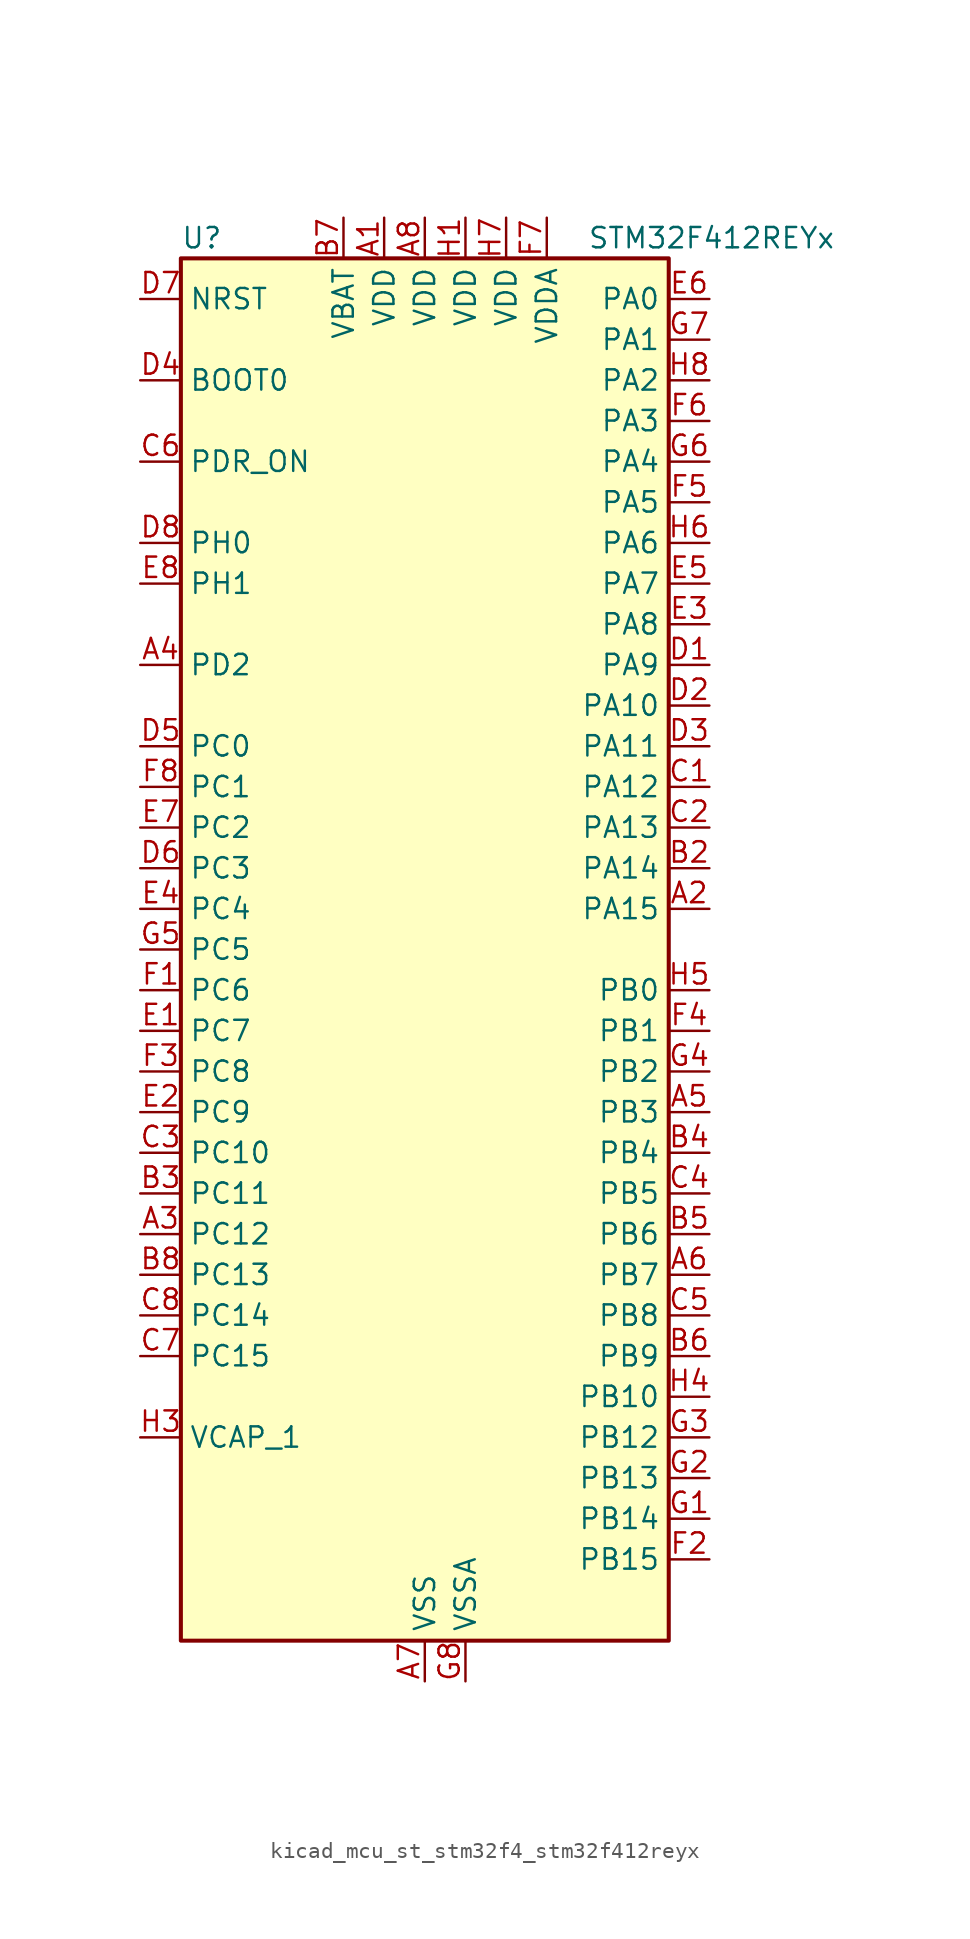
<source format=kicad_sym>
(kicad_symbol_lib
  (version 20220914)
  (generator kicad_symbol_editor)
  (symbol "kicad_mcu_st_stm32f4_stm32f412reyx"
    (property "Reference" "U"
      (at -15.24 44.45 0)
      (effects (font (size 1.27 1.27)) (justify left)))
    (property "Value" "STM32F412REYx"
      (at 10.16 44.45 0)
      (effects (font (size 1.27 1.27)) (justify left)))
    (property "ki_locked" ""
      (at 0 0 0)
      (effects (font (size 1.27 1.27))))
    (symbol "kicad_mcu_st_stm32f4_stm32f412reyx_0_1"
      (rectangle (start -15.24 -43.18) (end 15.24 43.18) (stroke (width 0.254) (type default)) (fill (type background))))
    (symbol "kicad_mcu_st_stm32f4_stm32f412reyx_1_1"
      (pin power_in line (at -2.54 45.72 270) (length 2.54) (name "VDD" (effects (font (size 1.27 1.27)))) (number "A1" (effects (font (size 1.27 1.27)))))
      (pin bidirectional line (at 17.78 2.54 180) (length 2.54) (name "PA15" (effects (font (size 1.27 1.27)))) (number "A2" (effects (font (size 1.27 1.27)))) (alternate "ADC1_EXTI15" bidirectional line) (alternate "I2S1_WS" bidirectional line) (alternate "I2S3_WS" bidirectional line) (alternate "SPI1_NSS" bidirectional line) (alternate "SPI3_NSS" bidirectional line) (alternate "SYS_JTDI" bidirectional line) (alternate "TIM2_CH1" bidirectional line) (alternate "TIM2_ETR" bidirectional line) (alternate "USART1_TX" bidirectional line))
      (pin bidirectional line (at -17.78 -17.78 0) (length 2.54) (name "PC12" (effects (font (size 1.27 1.27)))) (number "A3" (effects (font (size 1.27 1.27)))) (alternate "FSMC_D3" bidirectional line) (alternate "FSMC_DA3" bidirectional line) (alternate "I2S3_SD" bidirectional line) (alternate "SDIO_CK" bidirectional line) (alternate "SPI3_MOSI" bidirectional line) (alternate "USART3_CK" bidirectional line))
      (pin bidirectional line (at -17.78 17.78 0) (length 2.54) (name "PD2" (effects (font (size 1.27 1.27)))) (number "A4" (effects (font (size 1.27 1.27)))) (alternate "FSMC_NWE" bidirectional line) (alternate "SDIO_CMD" bidirectional line) (alternate "TIM3_ETR" bidirectional line))
      (pin bidirectional line (at 17.78 -10.16 180) (length 2.54) (name "PB3" (effects (font (size 1.27 1.27)))) (number "A5" (effects (font (size 1.27 1.27)))) (alternate "FMPI2C1_SDA" bidirectional line) (alternate "I2C2_SDA" bidirectional line) (alternate "I2S1_CK" bidirectional line) (alternate "I2S3_CK" bidirectional line) (alternate "SPI1_SCK" bidirectional line) (alternate "SPI3_SCK" bidirectional line) (alternate "SYS_JTDO-SWO" bidirectional line) (alternate "TIM2_CH2" bidirectional line) (alternate "USART1_RX" bidirectional line))
      (pin bidirectional line (at 17.78 -20.32 180) (length 2.54) (name "PB7" (effects (font (size 1.27 1.27)))) (number "A6" (effects (font (size 1.27 1.27)))) (alternate "FSMC_NL" bidirectional line) (alternate "I2C1_SDA" bidirectional line) (alternate "TIM4_CH2" bidirectional line) (alternate "USART1_RX" bidirectional line))
      (pin power_in line (at 0 -45.72 90) (length 2.54) (name "VSS" (effects (font (size 1.27 1.27)))) (number "A7" (effects (font (size 1.27 1.27)))))
      (pin power_in line (at 0 45.72 270) (length 2.54) (name "VDD" (effects (font (size 1.27 1.27)))) (number "A8" (effects (font (size 1.27 1.27)))))
      (pin passive line (at 0 -45.72 90) (length 2.54) hide (name "VSS" (effects (font (size 1.27 1.27)))) (number "B1" (effects (font (size 1.27 1.27)))))
      (pin bidirectional line (at 17.78 5.08 180) (length 2.54) (name "PA14" (effects (font (size 1.27 1.27)))) (number "B2" (effects (font (size 1.27 1.27)))) (alternate "SYS_JTCK-SWCLK" bidirectional line))
      (pin bidirectional line (at -17.78 -15.24 0) (length 2.54) (name "PC11" (effects (font (size 1.27 1.27)))) (number "B3" (effects (font (size 1.27 1.27)))) (alternate "ADC1_EXTI11" bidirectional line) (alternate "FSMC_D2" bidirectional line) (alternate "FSMC_DA2" bidirectional line) (alternate "I2S3_ext_SD" bidirectional line) (alternate "QUADSPI_BK2_NCS" bidirectional line) (alternate "SDIO_D3" bidirectional line) (alternate "SPI3_MISO" bidirectional line) (alternate "USART3_RX" bidirectional line))
      (pin bidirectional line (at 17.78 -12.7 180) (length 2.54) (name "PB4" (effects (font (size 1.27 1.27)))) (number "B4" (effects (font (size 1.27 1.27)))) (alternate "I2C3_SDA" bidirectional line) (alternate "I2S3_ext_SD" bidirectional line) (alternate "SDIO_D0" bidirectional line) (alternate "SPI1_MISO" bidirectional line) (alternate "SPI3_MISO" bidirectional line) (alternate "SYS_JTRST" bidirectional line) (alternate "TIM3_CH1" bidirectional line))
      (pin bidirectional line (at 17.78 -17.78 180) (length 2.54) (name "PB6" (effects (font (size 1.27 1.27)))) (number "B5" (effects (font (size 1.27 1.27)))) (alternate "CAN2_TX" bidirectional line) (alternate "I2C1_SCL" bidirectional line) (alternate "QUADSPI_BK1_NCS" bidirectional line) (alternate "SDIO_D0" bidirectional line) (alternate "TIM4_CH1" bidirectional line) (alternate "USART1_TX" bidirectional line))
      (pin bidirectional line (at 17.78 -25.4 180) (length 2.54) (name "PB9" (effects (font (size 1.27 1.27)))) (number "B6" (effects (font (size 1.27 1.27)))) (alternate "CAN1_TX" bidirectional line) (alternate "I2C1_SDA" bidirectional line) (alternate "I2C2_SDA" bidirectional line) (alternate "I2S2_WS" bidirectional line) (alternate "SDIO_D5" bidirectional line) (alternate "SPI2_NSS" bidirectional line) (alternate "TIM11_CH1" bidirectional line) (alternate "TIM4_CH4" bidirectional line))
      (pin power_in line (at -5.08 45.72 270) (length 2.54) (name "VBAT" (effects (font (size 1.27 1.27)))) (number "B7" (effects (font (size 1.27 1.27)))))
      (pin bidirectional line (at -17.78 -20.32 0) (length 2.54) (name "PC13" (effects (font (size 1.27 1.27)))) (number "B8" (effects (font (size 1.27 1.27)))) (alternate "RTC_AF1" bidirectional line))
      (pin bidirectional line (at 17.78 10.16 180) (length 2.54) (name "PA12" (effects (font (size 1.27 1.27)))) (number "C1" (effects (font (size 1.27 1.27)))) (alternate "CAN1_TX" bidirectional line) (alternate "SPI5_MISO" bidirectional line) (alternate "TIM1_ETR" bidirectional line) (alternate "USART1_RTS" bidirectional line) (alternate "USART6_RX" bidirectional line) (alternate "USB_OTG_FS_DP" bidirectional line))
      (pin bidirectional line (at 17.78 7.62 180) (length 2.54) (name "PA13" (effects (font (size 1.27 1.27)))) (number "C2" (effects (font (size 1.27 1.27)))) (alternate "SYS_JTMS-SWDIO" bidirectional line))
      (pin bidirectional line (at -17.78 -12.7 0) (length 2.54) (name "PC10" (effects (font (size 1.27 1.27)))) (number "C3" (effects (font (size 1.27 1.27)))) (alternate "I2S3_CK" bidirectional line) (alternate "QUADSPI_BK1_IO1" bidirectional line) (alternate "SDIO_D2" bidirectional line) (alternate "SPI3_SCK" bidirectional line) (alternate "USART3_TX" bidirectional line))
      (pin bidirectional line (at 17.78 -15.24 180) (length 2.54) (name "PB5" (effects (font (size 1.27 1.27)))) (number "C4" (effects (font (size 1.27 1.27)))) (alternate "CAN2_RX" bidirectional line) (alternate "I2C1_SMBA" bidirectional line) (alternate "I2S1_SD" bidirectional line) (alternate "I2S3_SD" bidirectional line) (alternate "SDIO_D3" bidirectional line) (alternate "SPI1_MOSI" bidirectional line) (alternate "SPI3_MOSI" bidirectional line) (alternate "TIM3_CH2" bidirectional line))
      (pin bidirectional line (at 17.78 -22.86 180) (length 2.54) (name "PB8" (effects (font (size 1.27 1.27)))) (number "C5" (effects (font (size 1.27 1.27)))) (alternate "CAN1_RX" bidirectional line) (alternate "I2C1_SCL" bidirectional line) (alternate "I2C3_SDA" bidirectional line) (alternate "I2S5_SD" bidirectional line) (alternate "SDIO_D4" bidirectional line) (alternate "SPI5_MOSI" bidirectional line) (alternate "TIM10_CH1" bidirectional line) (alternate "TIM4_CH3" bidirectional line))
      (pin input line (at -17.78 30.48 0) (length 2.54) (name "PDR_ON" (effects (font (size 1.27 1.27)))) (number "C6" (effects (font (size 1.27 1.27)))))
      (pin bidirectional line (at -17.78 -25.4 0) (length 2.54) (name "PC15" (effects (font (size 1.27 1.27)))) (number "C7" (effects (font (size 1.27 1.27)))) (alternate "ADC1_EXTI15" bidirectional line) (alternate "RCC_OSC32_OUT" bidirectional line))
      (pin bidirectional line (at -17.78 -22.86 0) (length 2.54) (name "PC14" (effects (font (size 1.27 1.27)))) (number "C8" (effects (font (size 1.27 1.27)))) (alternate "RCC_OSC32_IN" bidirectional line))
      (pin bidirectional line (at 17.78 17.78 180) (length 2.54) (name "PA9" (effects (font (size 1.27 1.27)))) (number "D1" (effects (font (size 1.27 1.27)))) (alternate "I2C3_SMBA" bidirectional line) (alternate "SDIO_D2" bidirectional line) (alternate "TIM1_CH2" bidirectional line) (alternate "USART1_TX" bidirectional line) (alternate "USB_OTG_FS_VBUS" bidirectional line))
      (pin bidirectional line (at 17.78 15.24 180) (length 2.54) (name "PA10" (effects (font (size 1.27 1.27)))) (number "D2" (effects (font (size 1.27 1.27)))) (alternate "I2S5_SD" bidirectional line) (alternate "SPI5_MOSI" bidirectional line) (alternate "TIM1_CH3" bidirectional line) (alternate "USART1_RX" bidirectional line) (alternate "USB_OTG_FS_ID" bidirectional line))
      (pin bidirectional line (at 17.78 12.7 180) (length 2.54) (name "PA11" (effects (font (size 1.27 1.27)))) (number "D3" (effects (font (size 1.27 1.27)))) (alternate "ADC1_EXTI11" bidirectional line) (alternate "CAN1_RX" bidirectional line) (alternate "SPI4_MISO" bidirectional line) (alternate "TIM1_CH4" bidirectional line) (alternate "USART1_CTS" bidirectional line) (alternate "USART6_TX" bidirectional line) (alternate "USB_OTG_FS_DM" bidirectional line))
      (pin input line (at -17.78 35.56 0) (length 2.54) (name "BOOT0" (effects (font (size 1.27 1.27)))) (number "D4" (effects (font (size 1.27 1.27)))))
      (pin bidirectional line (at -17.78 12.7 0) (length 2.54) (name "PC0" (effects (font (size 1.27 1.27)))) (number "D5" (effects (font (size 1.27 1.27)))) (alternate "ADC1_IN10" bidirectional line) (alternate "SYS_WKUP2" bidirectional line))
      (pin bidirectional line (at -17.78 5.08 0) (length 2.54) (name "PC3" (effects (font (size 1.27 1.27)))) (number "D6" (effects (font (size 1.27 1.27)))) (alternate "ADC1_IN13" bidirectional line) (alternate "FSMC_A0" bidirectional line) (alternate "I2S2_SD" bidirectional line) (alternate "SPI2_MOSI" bidirectional line))
      (pin input line (at -17.78 40.64 0) (length 2.54) (name "NRST" (effects (font (size 1.27 1.27)))) (number "D7" (effects (font (size 1.27 1.27)))))
      (pin bidirectional line (at -17.78 25.4 0) (length 2.54) (name "PH0" (effects (font (size 1.27 1.27)))) (number "D8" (effects (font (size 1.27 1.27)))) (alternate "RCC_OSC_IN" bidirectional line))
      (pin bidirectional line (at -17.78 -5.08 0) (length 2.54) (name "PC7" (effects (font (size 1.27 1.27)))) (number "E1" (effects (font (size 1.27 1.27)))) (alternate "DFSDM1_DATIN3" bidirectional line) (alternate "FMPI2C1_SDA" bidirectional line) (alternate "I2S2_CK" bidirectional line) (alternate "I2S3_MCK" bidirectional line) (alternate "SDIO_D7" bidirectional line) (alternate "SPI2_SCK" bidirectional line) (alternate "TIM3_CH2" bidirectional line) (alternate "TIM8_CH2" bidirectional line) (alternate "USART6_RX" bidirectional line))
      (pin bidirectional line (at -17.78 -10.16 0) (length 2.54) (name "PC9" (effects (font (size 1.27 1.27)))) (number "E2" (effects (font (size 1.27 1.27)))) (alternate "I2C3_SDA" bidirectional line) (alternate "I2S_CKIN" bidirectional line) (alternate "QUADSPI_BK1_IO0" bidirectional line) (alternate "RCC_MCO_2" bidirectional line) (alternate "SDIO_D1" bidirectional line) (alternate "TIM3_CH4" bidirectional line) (alternate "TIM8_CH4" bidirectional line))
      (pin bidirectional line (at 17.78 20.32 180) (length 2.54) (name "PA8" (effects (font (size 1.27 1.27)))) (number "E3" (effects (font (size 1.27 1.27)))) (alternate "I2C3_SCL" bidirectional line) (alternate "RCC_MCO_1" bidirectional line) (alternate "SDIO_D1" bidirectional line) (alternate "TIM1_CH1" bidirectional line) (alternate "USART1_CK" bidirectional line) (alternate "USB_OTG_FS_SOF" bidirectional line))
      (pin bidirectional line (at -17.78 2.54 0) (length 2.54) (name "PC4" (effects (font (size 1.27 1.27)))) (number "E4" (effects (font (size 1.27 1.27)))) (alternate "ADC1_IN14" bidirectional line) (alternate "FSMC_NE4" bidirectional line) (alternate "I2S1_MCK" bidirectional line) (alternate "QUADSPI_BK2_IO2" bidirectional line))
      (pin bidirectional line (at 17.78 22.86 180) (length 2.54) (name "PA7" (effects (font (size 1.27 1.27)))) (number "E5" (effects (font (size 1.27 1.27)))) (alternate "ADC1_IN7" bidirectional line) (alternate "I2S1_SD" bidirectional line) (alternate "QUADSPI_BK2_IO1" bidirectional line) (alternate "SPI1_MOSI" bidirectional line) (alternate "TIM14_CH1" bidirectional line) (alternate "TIM1_CH1N" bidirectional line) (alternate "TIM3_CH2" bidirectional line) (alternate "TIM8_CH1N" bidirectional line))
      (pin bidirectional line (at 17.78 40.64 180) (length 2.54) (name "PA0" (effects (font (size 1.27 1.27)))) (number "E6" (effects (font (size 1.27 1.27)))) (alternate "ADC1_IN0" bidirectional line) (alternate "SYS_WKUP1" bidirectional line) (alternate "TIM2_CH1" bidirectional line) (alternate "TIM2_ETR" bidirectional line) (alternate "TIM5_CH1" bidirectional line) (alternate "TIM8_ETR" bidirectional line) (alternate "USART2_CTS" bidirectional line))
      (pin bidirectional line (at -17.78 7.62 0) (length 2.54) (name "PC2" (effects (font (size 1.27 1.27)))) (number "E7" (effects (font (size 1.27 1.27)))) (alternate "ADC1_IN12" bidirectional line) (alternate "DFSDM1_CKOUT" bidirectional line) (alternate "FSMC_NWE" bidirectional line) (alternate "I2S2_ext_SD" bidirectional line) (alternate "SPI2_MISO" bidirectional line))
      (pin bidirectional line (at -17.78 22.86 0) (length 2.54) (name "PH1" (effects (font (size 1.27 1.27)))) (number "E8" (effects (font (size 1.27 1.27)))) (alternate "RCC_OSC_OUT" bidirectional line))
      (pin bidirectional line (at -17.78 -2.54 0) (length 2.54) (name "PC6" (effects (font (size 1.27 1.27)))) (number "F1" (effects (font (size 1.27 1.27)))) (alternate "DFSDM1_CKIN3" bidirectional line) (alternate "FMPI2C1_SCL" bidirectional line) (alternate "FSMC_D1" bidirectional line) (alternate "FSMC_DA1" bidirectional line) (alternate "I2S2_MCK" bidirectional line) (alternate "SDIO_D6" bidirectional line) (alternate "TIM3_CH1" bidirectional line) (alternate "TIM8_CH1" bidirectional line) (alternate "USART6_TX" bidirectional line))
      (pin bidirectional line (at 17.78 -38.1 180) (length 2.54) (name "PB15" (effects (font (size 1.27 1.27)))) (number "F2" (effects (font (size 1.27 1.27)))) (alternate "ADC1_EXTI15" bidirectional line) (alternate "DFSDM1_CKIN2" bidirectional line) (alternate "FMPI2C1_SCL" bidirectional line) (alternate "I2S2_SD" bidirectional line) (alternate "RTC_REFIN" bidirectional line) (alternate "SDIO_CK" bidirectional line) (alternate "SPI2_MOSI" bidirectional line) (alternate "TIM12_CH2" bidirectional line) (alternate "TIM1_CH3N" bidirectional line) (alternate "TIM8_CH3N" bidirectional line))
      (pin bidirectional line (at -17.78 -7.62 0) (length 2.54) (name "PC8" (effects (font (size 1.27 1.27)))) (number "F3" (effects (font (size 1.27 1.27)))) (alternate "QUADSPI_BK1_IO2" bidirectional line) (alternate "SDIO_D0" bidirectional line) (alternate "TIM3_CH3" bidirectional line) (alternate "TIM8_CH3" bidirectional line) (alternate "USART6_CK" bidirectional line))
      (pin bidirectional line (at 17.78 -5.08 180) (length 2.54) (name "PB1" (effects (font (size 1.27 1.27)))) (number "F4" (effects (font (size 1.27 1.27)))) (alternate "ADC1_IN9" bidirectional line) (alternate "DFSDM1_DATIN0" bidirectional line) (alternate "I2S5_WS" bidirectional line) (alternate "QUADSPI_CLK" bidirectional line) (alternate "SPI5_NSS" bidirectional line) (alternate "TIM1_CH3N" bidirectional line) (alternate "TIM3_CH4" bidirectional line) (alternate "TIM8_CH3N" bidirectional line))
      (pin bidirectional line (at 17.78 27.94 180) (length 2.54) (name "PA5" (effects (font (size 1.27 1.27)))) (number "F5" (effects (font (size 1.27 1.27)))) (alternate "ADC1_IN5" bidirectional line) (alternate "DFSDM1_CKIN1" bidirectional line) (alternate "FSMC_D7" bidirectional line) (alternate "FSMC_DA7" bidirectional line) (alternate "I2S1_CK" bidirectional line) (alternate "SPI1_SCK" bidirectional line) (alternate "TIM2_CH1" bidirectional line) (alternate "TIM2_ETR" bidirectional line) (alternate "TIM8_CH1N" bidirectional line))
      (pin bidirectional line (at 17.78 33.02 180) (length 2.54) (name "PA3" (effects (font (size 1.27 1.27)))) (number "F6" (effects (font (size 1.27 1.27)))) (alternate "ADC1_IN3" bidirectional line) (alternate "FSMC_D5" bidirectional line) (alternate "FSMC_DA5" bidirectional line) (alternate "I2S2_MCK" bidirectional line) (alternate "TIM2_CH4" bidirectional line) (alternate "TIM5_CH4" bidirectional line) (alternate "TIM9_CH2" bidirectional line) (alternate "USART2_RX" bidirectional line))
      (pin power_in line (at 7.62 45.72 270) (length 2.54) (name "VDDA" (effects (font (size 1.27 1.27)))) (number "F7" (effects (font (size 1.27 1.27)))))
      (pin bidirectional line (at -17.78 10.16 0) (length 2.54) (name "PC1" (effects (font (size 1.27 1.27)))) (number "F8" (effects (font (size 1.27 1.27)))) (alternate "ADC1_IN11" bidirectional line) (alternate "SYS_WKUP3" bidirectional line))
      (pin bidirectional line (at 17.78 -35.56 180) (length 2.54) (name "PB14" (effects (font (size 1.27 1.27)))) (number "G1" (effects (font (size 1.27 1.27)))) (alternate "DFSDM1_DATIN2" bidirectional line) (alternate "FMPI2C1_SDA" bidirectional line) (alternate "FSMC_D0" bidirectional line) (alternate "FSMC_DA0" bidirectional line) (alternate "I2S2_ext_SD" bidirectional line) (alternate "SDIO_D6" bidirectional line) (alternate "SPI2_MISO" bidirectional line) (alternate "TIM12_CH1" bidirectional line) (alternate "TIM1_CH2N" bidirectional line) (alternate "TIM8_CH2N" bidirectional line) (alternate "USART3_RTS" bidirectional line))
      (pin bidirectional line (at 17.78 -33.02 180) (length 2.54) (name "PB13" (effects (font (size 1.27 1.27)))) (number "G2" (effects (font (size 1.27 1.27)))) (alternate "CAN2_TX" bidirectional line) (alternate "DFSDM1_CKIN1" bidirectional line) (alternate "FMPI2C1_SMBA" bidirectional line) (alternate "I2S2_CK" bidirectional line) (alternate "I2S4_CK" bidirectional line) (alternate "SPI2_SCK" bidirectional line) (alternate "SPI4_SCK" bidirectional line) (alternate "TIM1_CH1N" bidirectional line) (alternate "USART3_CTS" bidirectional line))
      (pin bidirectional line (at 17.78 -30.48 180) (length 2.54) (name "PB12" (effects (font (size 1.27 1.27)))) (number "G3" (effects (font (size 1.27 1.27)))) (alternate "CAN2_RX" bidirectional line) (alternate "DFSDM1_DATIN1" bidirectional line) (alternate "I2C2_SMBA" bidirectional line) (alternate "I2S2_WS" bidirectional line) (alternate "I2S3_CK" bidirectional line) (alternate "I2S4_WS" bidirectional line) (alternate "SPI2_NSS" bidirectional line) (alternate "SPI3_SCK" bidirectional line) (alternate "SPI4_NSS" bidirectional line) (alternate "TIM1_BKIN" bidirectional line) (alternate "USART3_CK" bidirectional line))
      (pin bidirectional line (at 17.78 -7.62 180) (length 2.54) (name "PB2" (effects (font (size 1.27 1.27)))) (number "G4" (effects (font (size 1.27 1.27)))) (alternate "DFSDM1_CKIN0" bidirectional line) (alternate "QUADSPI_CLK" bidirectional line))
      (pin bidirectional line (at -17.78 0 0) (length 2.54) (name "PC5" (effects (font (size 1.27 1.27)))) (number "G5" (effects (font (size 1.27 1.27)))) (alternate "ADC1_IN15" bidirectional line) (alternate "FMPI2C1_SMBA" bidirectional line) (alternate "FSMC_NOE" bidirectional line) (alternate "QUADSPI_BK2_IO3" bidirectional line) (alternate "USART3_RX" bidirectional line))
      (pin bidirectional line (at 17.78 30.48 180) (length 2.54) (name "PA4" (effects (font (size 1.27 1.27)))) (number "G6" (effects (font (size 1.27 1.27)))) (alternate "ADC1_IN4" bidirectional line) (alternate "DFSDM1_DATIN1" bidirectional line) (alternate "FSMC_D6" bidirectional line) (alternate "FSMC_DA6" bidirectional line) (alternate "I2S1_WS" bidirectional line) (alternate "I2S3_WS" bidirectional line) (alternate "SPI1_NSS" bidirectional line) (alternate "SPI3_NSS" bidirectional line) (alternate "USART2_CK" bidirectional line))
      (pin bidirectional line (at 17.78 38.1 180) (length 2.54) (name "PA1" (effects (font (size 1.27 1.27)))) (number "G7" (effects (font (size 1.27 1.27)))) (alternate "ADC1_IN1" bidirectional line) (alternate "I2S4_SD" bidirectional line) (alternate "QUADSPI_BK1_IO3" bidirectional line) (alternate "SPI4_MOSI" bidirectional line) (alternate "TIM2_CH2" bidirectional line) (alternate "TIM5_CH2" bidirectional line) (alternate "USART2_RTS" bidirectional line))
      (pin power_in line (at 2.54 -45.72 90) (length 2.54) (name "VSSA" (effects (font (size 1.27 1.27)))) (number "G8" (effects (font (size 1.27 1.27)))))
      (pin power_in line (at 2.54 45.72 270) (length 2.54) (name "VDD" (effects (font (size 1.27 1.27)))) (number "H1" (effects (font (size 1.27 1.27)))))
      (pin passive line (at 0 -45.72 90) (length 2.54) hide (name "VSS" (effects (font (size 1.27 1.27)))) (number "H2" (effects (font (size 1.27 1.27)))))
      (pin power_out line (at -17.78 -30.48 0) (length 2.54) (name "VCAP_1" (effects (font (size 1.27 1.27)))) (number "H3" (effects (font (size 1.27 1.27)))))
      (pin bidirectional line (at 17.78 -27.94 180) (length 2.54) (name "PB10" (effects (font (size 1.27 1.27)))) (number "H4" (effects (font (size 1.27 1.27)))) (alternate "FMPI2C1_SCL" bidirectional line) (alternate "I2C2_SCL" bidirectional line) (alternate "I2S2_CK" bidirectional line) (alternate "I2S3_MCK" bidirectional line) (alternate "SDIO_D7" bidirectional line) (alternate "SPI2_SCK" bidirectional line) (alternate "TIM2_CH3" bidirectional line) (alternate "USART3_TX" bidirectional line))
      (pin bidirectional line (at 17.78 -2.54 180) (length 2.54) (name "PB0" (effects (font (size 1.27 1.27)))) (number "H5" (effects (font (size 1.27 1.27)))) (alternate "ADC1_IN8" bidirectional line) (alternate "I2S5_CK" bidirectional line) (alternate "SPI5_SCK" bidirectional line) (alternate "TIM1_CH2N" bidirectional line) (alternate "TIM3_CH3" bidirectional line) (alternate "TIM8_CH2N" bidirectional line))
      (pin bidirectional line (at 17.78 25.4 180) (length 2.54) (name "PA6" (effects (font (size 1.27 1.27)))) (number "H6" (effects (font (size 1.27 1.27)))) (alternate "ADC1_IN6" bidirectional line) (alternate "I2S2_MCK" bidirectional line) (alternate "QUADSPI_BK2_IO0" bidirectional line) (alternate "SDIO_CMD" bidirectional line) (alternate "SPI1_MISO" bidirectional line) (alternate "TIM13_CH1" bidirectional line) (alternate "TIM1_BKIN" bidirectional line) (alternate "TIM3_CH1" bidirectional line) (alternate "TIM8_BKIN" bidirectional line))
      (pin power_in line (at 5.08 45.72 270) (length 2.54) (name "VDD" (effects (font (size 1.27 1.27)))) (number "H7" (effects (font (size 1.27 1.27)))))
      (pin bidirectional line (at 17.78 35.56 180) (length 2.54) (name "PA2" (effects (font (size 1.27 1.27)))) (number "H8" (effects (font (size 1.27 1.27)))) (alternate "ADC1_IN2" bidirectional line) (alternate "FSMC_D4" bidirectional line) (alternate "FSMC_DA4" bidirectional line) (alternate "I2S_CKIN" bidirectional line) (alternate "TIM2_CH3" bidirectional line) (alternate "TIM5_CH3" bidirectional line) (alternate "TIM9_CH1" bidirectional line) (alternate "USART2_TX" bidirectional line)))))
</source>
